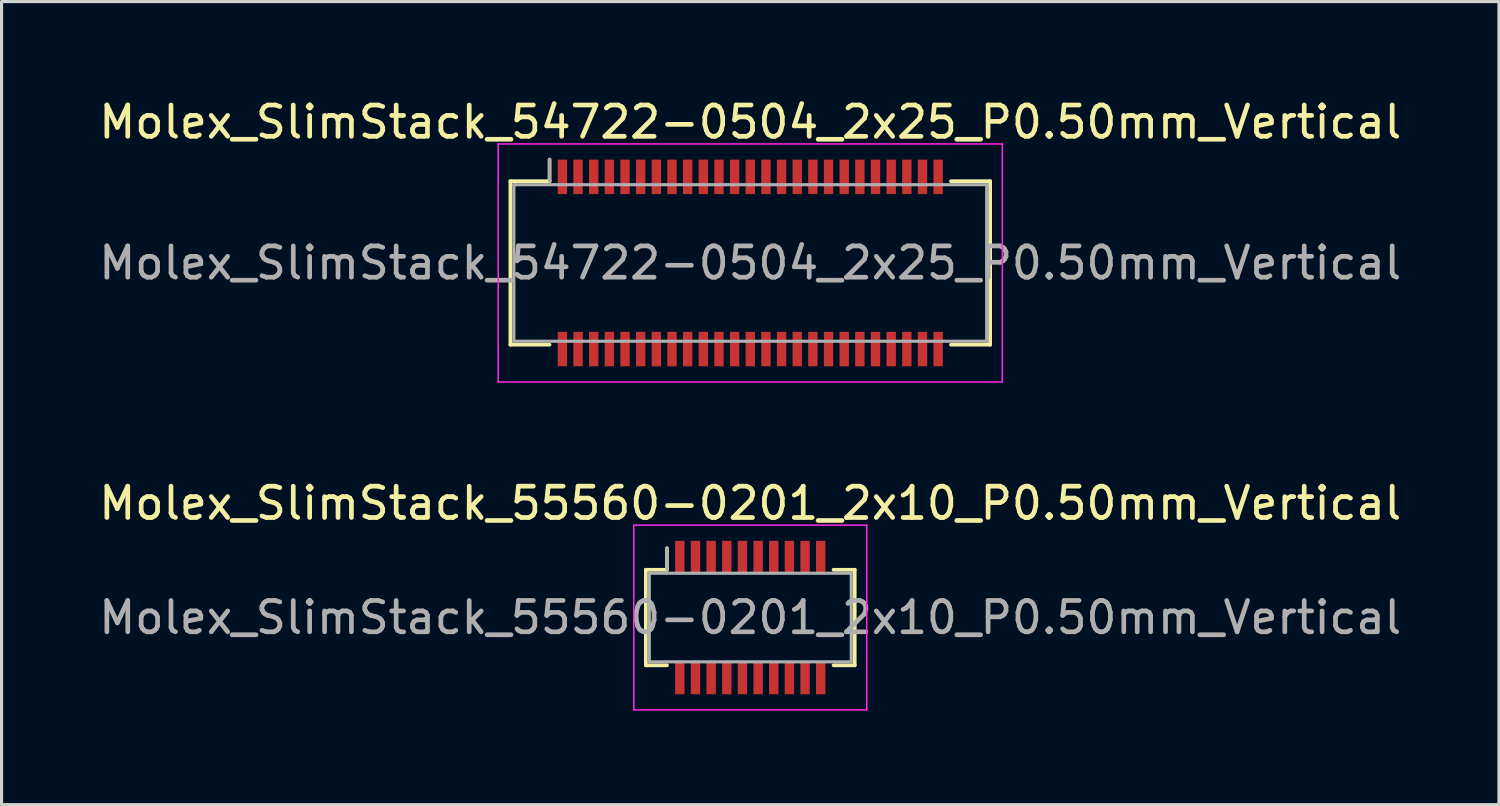
<source format=kicad_pcb>
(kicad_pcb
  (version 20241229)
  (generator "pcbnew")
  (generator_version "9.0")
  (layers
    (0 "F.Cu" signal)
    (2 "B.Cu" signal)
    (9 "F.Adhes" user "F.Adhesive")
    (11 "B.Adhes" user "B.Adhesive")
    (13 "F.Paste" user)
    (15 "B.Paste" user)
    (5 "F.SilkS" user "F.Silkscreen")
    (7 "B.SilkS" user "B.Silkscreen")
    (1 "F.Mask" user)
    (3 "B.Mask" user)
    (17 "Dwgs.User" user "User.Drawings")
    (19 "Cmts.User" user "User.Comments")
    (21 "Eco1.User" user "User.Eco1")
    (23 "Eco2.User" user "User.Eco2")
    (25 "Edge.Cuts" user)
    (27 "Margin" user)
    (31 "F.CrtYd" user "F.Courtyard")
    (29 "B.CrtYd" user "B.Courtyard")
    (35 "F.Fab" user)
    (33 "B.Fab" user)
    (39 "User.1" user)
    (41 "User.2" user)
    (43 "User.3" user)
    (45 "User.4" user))
  (footprint "Molex_SlimStack_55560-0201_2x10_P0.50mm_Vertical"
    (layer "F.Cu")
    (at 20.911 16.672)
    (property "Reference" "Molex_SlimStack_55560-0201_2x10_P0.50mm_Vertical" (at 0 -3.65 0) (layer "F.SilkS") (effects (font (size 1 1) (thickness 0.15))))
    (attr smd)
    (fp_line (start -3.335 -1.525) (end -2.66 -1.525) (stroke (width 0.12) (type solid)) (layer "F.SilkS"))
    (fp_line (start -3.335 1.525) (end -3.335 -1.525) (stroke (width 0.12) (type solid)) (layer "F.SilkS"))
    (fp_line (start -2.66 -1.525) (end -2.66 -2.215) (stroke (width 0.12) (type solid)) (layer "F.SilkS"))
    (fp_line (start -2.66 1.525) (end -3.335 1.525) (stroke (width 0.12) (type solid)) (layer "F.SilkS"))
    (fp_line (start 2.66 1.525) (end 3.335 1.525) (stroke (width 0.12) (type solid)) (layer "F.SilkS"))
    (fp_line (start 3.335 -1.525) (end 2.66 -1.525) (stroke (width 0.12) (type solid)) (layer "F.SilkS"))
    (fp_line (start 3.335 1.525) (end 3.335 -1.525) (stroke (width 0.12) (type solid)) (layer "F.SilkS"))
    (fp_line (start -3.72 -2.95) (end -3.72 2.95) (stroke (width 0.05) (type solid)) (layer "F.CrtYd"))
    (fp_line (start -3.72 2.95) (end 3.72 2.95) (stroke (width 0.05) (type solid)) (layer "F.CrtYd"))
    (fp_line (start 3.72 -2.95) (end -3.72 -2.95) (stroke (width 0.05) (type solid)) (layer "F.CrtYd"))
    (fp_line (start 3.72 2.95) (end 3.72 -2.95) (stroke (width 0.05) (type solid)) (layer "F.CrtYd"))
    (fp_line (start -3.225 -1.415) (end -3.225 1.415) (stroke (width 0.1) (type solid)) (layer "F.Fab"))
    (fp_line (start -3.225 1.415) (end 3.225 1.415) (stroke (width 0.1) (type solid)) (layer "F.Fab"))
    (fp_line (start -2.66 -1.525) (end -2.66 -2.215) (stroke (width 0.1) (type solid)) (layer "F.Fab"))
    (fp_line (start 3.225 -1.415) (end -3.225 -1.415) (stroke (width 0.1) (type solid)) (layer "F.Fab"))
    (fp_line (start 3.225 1.415) (end 3.225 -1.415) (stroke (width 0.1) (type solid)) (layer "F.Fab"))
    (fp_text user "${REFERENCE}" (at 0 0 0) (layer "F.Fab") (effects (font (size 1 1) (thickness 0.15))))
    (pad "1" smd rect (at -2.25 -1.95) (size 0.3 1) (layers "F.Cu" "F.Mask" "F.Paste"))
    (pad "2" smd rect (at -2.25 1.95) (size 0.3 1) (layers "F.Cu" "F.Mask" "F.Paste"))
    (pad "3" smd rect (at -1.75 -1.95) (size 0.3 1) (layers "F.Cu" "F.Mask" "F.Paste"))
    (pad "4" smd rect (at -1.75 1.95) (size 0.3 1) (layers "F.Cu" "F.Mask" "F.Paste"))
    (pad "5" smd rect (at -1.25 -1.95) (size 0.3 1) (layers "F.Cu" "F.Mask" "F.Paste"))
    (pad "6" smd rect (at -1.25 1.95) (size 0.3 1) (layers "F.Cu" "F.Mask" "F.Paste"))
    (pad "7" smd rect (at -0.75 -1.95) (size 0.3 1) (layers "F.Cu" "F.Mask" "F.Paste"))
    (pad "8" smd rect (at -0.75 1.95) (size 0.3 1) (layers "F.Cu" "F.Mask" "F.Paste"))
    (pad "9" smd rect (at -0.25 -1.95) (size 0.3 1) (layers "F.Cu" "F.Mask" "F.Paste"))
    (pad "10" smd rect (at -0.25 1.95) (size 0.3 1) (layers "F.Cu" "F.Mask" "F.Paste"))
    (pad "11" smd rect (at 0.25 -1.95) (size 0.3 1) (layers "F.Cu" "F.Mask" "F.Paste"))
    (pad "12" smd rect (at 0.25 1.95) (size 0.3 1) (layers "F.Cu" "F.Mask" "F.Paste"))
    (pad "13" smd rect (at 0.75 -1.95) (size 0.3 1) (layers "F.Cu" "F.Mask" "F.Paste"))
    (pad "14" smd rect (at 0.75 1.95) (size 0.3 1) (layers "F.Cu" "F.Mask" "F.Paste"))
    (pad "15" smd rect (at 1.25 -1.95) (size 0.3 1) (layers "F.Cu" "F.Mask" "F.Paste"))
    (pad "16" smd rect (at 1.25 1.95) (size 0.3 1) (layers "F.Cu" "F.Mask" "F.Paste"))
    (pad "17" smd rect (at 1.75 -1.95) (size 0.3 1) (layers "F.Cu" "F.Mask" "F.Paste"))
    (pad "18" smd rect (at 1.75 1.95) (size 0.3 1) (layers "F.Cu" "F.Mask" "F.Paste"))
    (pad "19" smd rect (at 2.25 -1.95) (size 0.3 1) (layers "F.Cu" "F.Mask" "F.Paste"))
    (pad "20" smd rect (at 2.25 1.95) (size 0.3 1) (layers "F.Cu" "F.Mask" "F.Paste")))
  (footprint "Molex_SlimStack_54722-0504_2x25_P0.50mm_Vertical"
    (layer "F.Cu")
    (at 20.911 5.348)
    (property "Reference" "Molex_SlimStack_54722-0504_2x25_P0.50mm_Vertical" (at 0 -4.5 0) (layer "F.SilkS") (effects (font (size 1 1) (thickness 0.15))))
    (attr smd)
    (fp_line (start -7.66 -2.61) (end -6.41 -2.61) (stroke (width 0.12) (type solid)) (layer "F.SilkS"))
    (fp_line (start -7.66 2.61) (end -7.66 -2.61) (stroke (width 0.12) (type solid)) (layer "F.SilkS"))
    (fp_line (start -6.41 -2.61) (end -6.41 -3.3) (stroke (width 0.12) (type solid)) (layer "F.SilkS"))
    (fp_line (start -6.41 2.61) (end -7.66 2.61) (stroke (width 0.12) (type solid)) (layer "F.SilkS"))
    (fp_line (start 6.41 2.61) (end 7.66 2.61) (stroke (width 0.12) (type solid)) (layer "F.SilkS"))
    (fp_line (start 7.66 -2.61) (end 6.41 -2.61) (stroke (width 0.12) (type solid)) (layer "F.SilkS"))
    (fp_line (start 7.66 2.61) (end 7.66 -2.61) (stroke (width 0.12) (type solid)) (layer "F.SilkS"))
    (fp_line (start -8.05 -3.8) (end -8.05 3.8) (stroke (width 0.05) (type solid)) (layer "F.CrtYd"))
    (fp_line (start -8.05 3.8) (end 8.05 3.8) (stroke (width 0.05) (type solid)) (layer "F.CrtYd"))
    (fp_line (start 8.05 -3.8) (end -8.05 -3.8) (stroke (width 0.05) (type solid)) (layer "F.CrtYd"))
    (fp_line (start 8.05 3.8) (end 8.05 -3.8) (stroke (width 0.05) (type solid)) (layer "F.CrtYd"))
    (fp_line (start -7.55 -2.5) (end -7.55 2.5) (stroke (width 0.1) (type solid)) (layer "F.Fab"))
    (fp_line (start -7.55 2.5) (end 7.55 2.5) (stroke (width 0.1) (type solid)) (layer "F.Fab"))
    (fp_line (start -6.41 -2.61) (end -6.41 -3.3) (stroke (width 0.1) (type solid)) (layer "F.Fab"))
    (fp_line (start 7.55 -2.5) (end -7.55 -2.5) (stroke (width 0.1) (type solid)) (layer "F.Fab"))
    (fp_line (start 7.55 2.5) (end 7.55 -2.5) (stroke (width 0.1) (type solid)) (layer "F.Fab"))
    (fp_text user "${REFERENCE}" (at 0 0 0) (layer "F.Fab") (effects (font (size 1 1) (thickness 0.15))))
    (pad "1" smd rect (at -6 -2.75) (size 0.3 1.1) (layers "F.Cu" "F.Mask" "F.Paste"))
    (pad "2" smd rect (at -6 2.75) (size 0.3 1.1) (layers "F.Cu" "F.Mask" "F.Paste"))
    (pad "3" smd rect (at -5.5 -2.75) (size 0.3 1.1) (layers "F.Cu" "F.Mask" "F.Paste"))
    (pad "4" smd rect (at -5.5 2.75) (size 0.3 1.1) (layers "F.Cu" "F.Mask" "F.Paste"))
    (pad "5" smd rect (at -5 -2.75) (size 0.3 1.1) (layers "F.Cu" "F.Mask" "F.Paste"))
    (pad "6" smd rect (at -5 2.75) (size 0.3 1.1) (layers "F.Cu" "F.Mask" "F.Paste"))
    (pad "7" smd rect (at -4.5 -2.75) (size 0.3 1.1) (layers "F.Cu" "F.Mask" "F.Paste"))
    (pad "8" smd rect (at -4.5 2.75) (size 0.3 1.1) (layers "F.Cu" "F.Mask" "F.Paste"))
    (pad "9" smd rect (at -4 -2.75) (size 0.3 1.1) (layers "F.Cu" "F.Mask" "F.Paste"))
    (pad "10" smd rect (at -4 2.75) (size 0.3 1.1) (layers "F.Cu" "F.Mask" "F.Paste"))
    (pad "11" smd rect (at -3.5 -2.75) (size 0.3 1.1) (layers "F.Cu" "F.Mask" "F.Paste"))
    (pad "12" smd rect (at -3.5 2.75) (size 0.3 1.1) (layers "F.Cu" "F.Mask" "F.Paste"))
    (pad "13" smd rect (at -3 -2.75) (size 0.3 1.1) (layers "F.Cu" "F.Mask" "F.Paste"))
    (pad "14" smd rect (at -3 2.75) (size 0.3 1.1) (layers "F.Cu" "F.Mask" "F.Paste"))
    (pad "15" smd rect (at -2.5 -2.75) (size 0.3 1.1) (layers "F.Cu" "F.Mask" "F.Paste"))
    (pad "16" smd rect (at -2.5 2.75) (size 0.3 1.1) (layers "F.Cu" "F.Mask" "F.Paste"))
    (pad "17" smd rect (at -2 -2.75) (size 0.3 1.1) (layers "F.Cu" "F.Mask" "F.Paste"))
    (pad "18" smd rect (at -2 2.75) (size 0.3 1.1) (layers "F.Cu" "F.Mask" "F.Paste"))
    (pad "19" smd rect (at -1.5 -2.75) (size 0.3 1.1) (layers "F.Cu" "F.Mask" "F.Paste"))
    (pad "20" smd rect (at -1.5 2.75) (size 0.3 1.1) (layers "F.Cu" "F.Mask" "F.Paste"))
    (pad "21" smd rect (at -1 -2.75) (size 0.3 1.1) (layers "F.Cu" "F.Mask" "F.Paste"))
    (pad "22" smd rect (at -1 2.75) (size 0.3 1.1) (layers "F.Cu" "F.Mask" "F.Paste"))
    (pad "23" smd rect (at -0.5 -2.75) (size 0.3 1.1) (layers "F.Cu" "F.Mask" "F.Paste"))
    (pad "24" smd rect (at -0.5 2.75) (size 0.3 1.1) (layers "F.Cu" "F.Mask" "F.Paste"))
    (pad "25" smd rect (at 0 -2.75) (size 0.3 1.1) (layers "F.Cu" "F.Mask" "F.Paste"))
    (pad "26" smd rect (at 0 2.75) (size 0.3 1.1) (layers "F.Cu" "F.Mask" "F.Paste"))
    (pad "27" smd rect (at 0.5 -2.75) (size 0.3 1.1) (layers "F.Cu" "F.Mask" "F.Paste"))
    (pad "28" smd rect (at 0.5 2.75) (size 0.3 1.1) (layers "F.Cu" "F.Mask" "F.Paste"))
    (pad "29" smd rect (at 1 -2.75) (size 0.3 1.1) (layers "F.Cu" "F.Mask" "F.Paste"))
    (pad "30" smd rect (at 1 2.75) (size 0.3 1.1) (layers "F.Cu" "F.Mask" "F.Paste"))
    (pad "31" smd rect (at 1.5 -2.75) (size 0.3 1.1) (layers "F.Cu" "F.Mask" "F.Paste"))
    (pad "32" smd rect (at 1.5 2.75) (size 0.3 1.1) (layers "F.Cu" "F.Mask" "F.Paste"))
    (pad "33" smd rect (at 2 -2.75) (size 0.3 1.1) (layers "F.Cu" "F.Mask" "F.Paste"))
    (pad "34" smd rect (at 2 2.75) (size 0.3 1.1) (layers "F.Cu" "F.Mask" "F.Paste"))
    (pad "35" smd rect (at 2.5 -2.75) (size 0.3 1.1) (layers "F.Cu" "F.Mask" "F.Paste"))
    (pad "36" smd rect (at 2.5 2.75) (size 0.3 1.1) (layers "F.Cu" "F.Mask" "F.Paste"))
    (pad "37" smd rect (at 3 -2.75) (size 0.3 1.1) (layers "F.Cu" "F.Mask" "F.Paste"))
    (pad "38" smd rect (at 3 2.75) (size 0.3 1.1) (layers "F.Cu" "F.Mask" "F.Paste"))
    (pad "39" smd rect (at 3.5 -2.75) (size 0.3 1.1) (layers "F.Cu" "F.Mask" "F.Paste"))
    (pad "40" smd rect (at 3.5 2.75) (size 0.3 1.1) (layers "F.Cu" "F.Mask" "F.Paste"))
    (pad "41" smd rect (at 4 -2.75) (size 0.3 1.1) (layers "F.Cu" "F.Mask" "F.Paste"))
    (pad "42" smd rect (at 4 2.75) (size 0.3 1.1) (layers "F.Cu" "F.Mask" "F.Paste"))
    (pad "43" smd rect (at 4.5 -2.75) (size 0.3 1.1) (layers "F.Cu" "F.Mask" "F.Paste"))
    (pad "44" smd rect (at 4.5 2.75) (size 0.3 1.1) (layers "F.Cu" "F.Mask" "F.Paste"))
    (pad "45" smd rect (at 5 -2.75) (size 0.3 1.1) (layers "F.Cu" "F.Mask" "F.Paste"))
    (pad "46" smd rect (at 5 2.75) (size 0.3 1.1) (layers "F.Cu" "F.Mask" "F.Paste"))
    (pad "47" smd rect (at 5.5 -2.75) (size 0.3 1.1) (layers "F.Cu" "F.Mask" "F.Paste"))
    (pad "48" smd rect (at 5.5 2.75) (size 0.3 1.1) (layers "F.Cu" "F.Mask" "F.Paste"))
    (pad "49" smd rect (at 6 -2.75) (size 0.3 1.1) (layers "F.Cu" "F.Mask" "F.Paste"))
    (pad "50" smd rect (at 6 2.75) (size 0.3 1.1) (layers "F.Cu" "F.Mask" "F.Paste")))
  (gr_rect
    (start -3 -3)
    (end 44.821 22.646)
    (stroke (width 0.1) (type default))
    (fill no)
    (layer "Edge.Cuts")))
</source>
